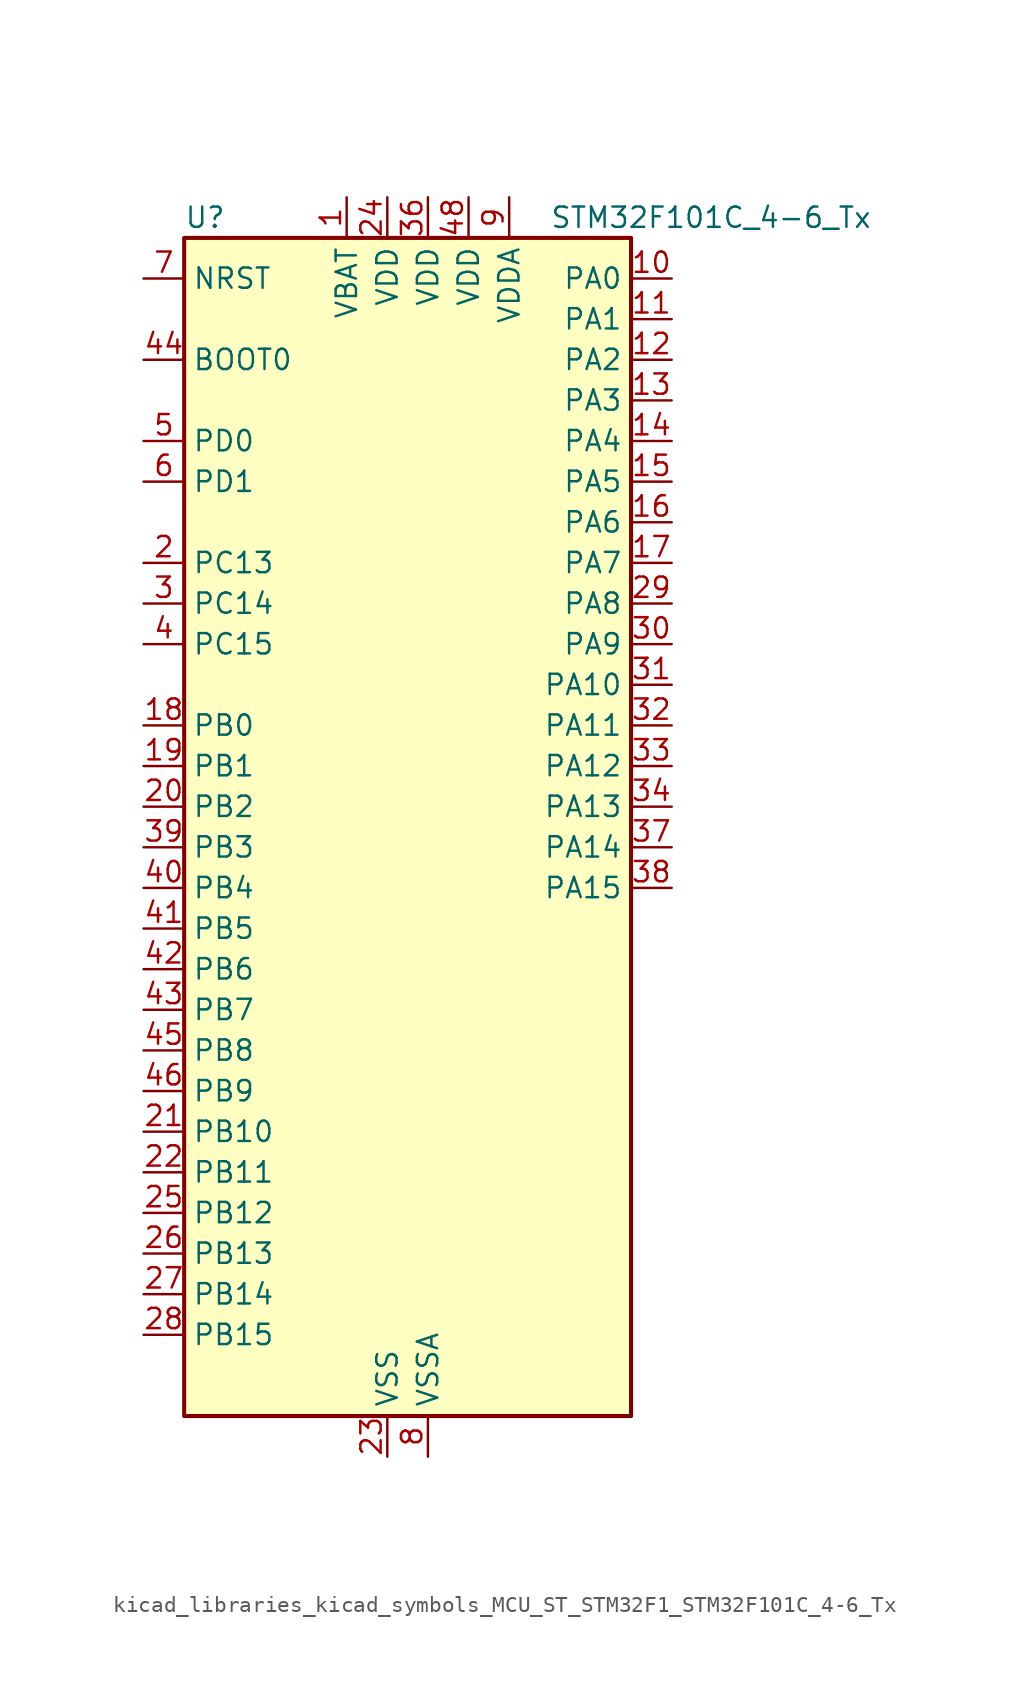
<source format=kicad_sym>
(kicad_symbol_lib
  (version 20220914)
  (generator kicad_symbol_editor)
  (symbol "kicad_libraries_kicad_symbols_MCU_ST_STM32F1_STM32F101C_4-6_Tx"
    (property "Reference" "U"
      (at -12.7 39.37 0)
      (effects (font (size 1.27 1.27)) (justify left)))
    (property "Value" "STM32F101C_4-6_Tx"
      (at 10.16 39.37 0)
      (effects (font (size 1.27 1.27)) (justify left)))
    (property "ki_locked" ""
      (at 0 0 0)
      (effects (font (size 1.27 1.27))))
    (symbol "kicad_libraries_kicad_symbols_MCU_ST_STM32F1_STM32F101C_4-6_Tx_0_1"
      (rectangle (start -12.7 -35.56) (end 15.24 38.1) (stroke (width 0.254) (type default)) (fill (type background))))
    (symbol "kicad_libraries_kicad_symbols_MCU_ST_STM32F1_STM32F101C_4-6_Tx_1_1"
      (pin power_in line (at -2.54 40.64 270) (length 2.54) (name "VBAT" (effects (font (size 1.27 1.27)))) (number "1" (effects (font (size 1.27 1.27)))))
      (pin bidirectional line (at 17.78 35.56 180) (length 2.54) (name "PA0" (effects (font (size 1.27 1.27)))) (number "10" (effects (font (size 1.27 1.27)))) (alternate "ADC1_IN0" bidirectional line) (alternate "SYS_WKUP" bidirectional line) (alternate "TIM2_CH1" bidirectional line) (alternate "TIM2_ETR" bidirectional line) (alternate "USART2_CTS" bidirectional line))
      (pin bidirectional line (at 17.78 33.02 180) (length 2.54) (name "PA1" (effects (font (size 1.27 1.27)))) (number "11" (effects (font (size 1.27 1.27)))) (alternate "ADC1_IN1" bidirectional line) (alternate "TIM2_CH2" bidirectional line) (alternate "USART2_RTS" bidirectional line))
      (pin bidirectional line (at 17.78 30.48 180) (length 2.54) (name "PA2" (effects (font (size 1.27 1.27)))) (number "12" (effects (font (size 1.27 1.27)))) (alternate "ADC1_IN2" bidirectional line) (alternate "TIM2_CH3" bidirectional line) (alternate "USART2_TX" bidirectional line))
      (pin bidirectional line (at 17.78 27.94 180) (length 2.54) (name "PA3" (effects (font (size 1.27 1.27)))) (number "13" (effects (font (size 1.27 1.27)))) (alternate "ADC1_IN3" bidirectional line) (alternate "TIM2_CH4" bidirectional line) (alternate "USART2_RX" bidirectional line))
      (pin bidirectional line (at 17.78 25.4 180) (length 2.54) (name "PA4" (effects (font (size 1.27 1.27)))) (number "14" (effects (font (size 1.27 1.27)))) (alternate "ADC1_IN4" bidirectional line) (alternate "SPI1_NSS" bidirectional line) (alternate "USART2_CK" bidirectional line))
      (pin bidirectional line (at 17.78 22.86 180) (length 2.54) (name "PA5" (effects (font (size 1.27 1.27)))) (number "15" (effects (font (size 1.27 1.27)))) (alternate "ADC1_IN5" bidirectional line) (alternate "SPI1_SCK" bidirectional line))
      (pin bidirectional line (at 17.78 20.32 180) (length 2.54) (name "PA6" (effects (font (size 1.27 1.27)))) (number "16" (effects (font (size 1.27 1.27)))) (alternate "ADC1_IN6" bidirectional line) (alternate "SPI1_MISO" bidirectional line) (alternate "TIM3_CH1" bidirectional line))
      (pin bidirectional line (at 17.78 17.78 180) (length 2.54) (name "PA7" (effects (font (size 1.27 1.27)))) (number "17" (effects (font (size 1.27 1.27)))) (alternate "ADC1_IN7" bidirectional line) (alternate "SPI1_MOSI" bidirectional line) (alternate "TIM3_CH2" bidirectional line))
      (pin bidirectional line (at -15.24 7.62 0) (length 2.54) (name "PB0" (effects (font (size 1.27 1.27)))) (number "18" (effects (font (size 1.27 1.27)))) (alternate "ADC1_IN8" bidirectional line) (alternate "TIM3_CH3" bidirectional line))
      (pin bidirectional line (at -15.24 5.08 0) (length 2.54) (name "PB1" (effects (font (size 1.27 1.27)))) (number "19" (effects (font (size 1.27 1.27)))) (alternate "ADC1_IN9" bidirectional line) (alternate "TIM3_CH4" bidirectional line))
      (pin bidirectional line (at -15.24 17.78 0) (length 2.54) (name "PC13" (effects (font (size 1.27 1.27)))) (number "2" (effects (font (size 1.27 1.27)))) (alternate "RTC_OUT" bidirectional line) (alternate "RTC_TAMPER" bidirectional line))
      (pin bidirectional line (at -15.24 2.54 0) (length 2.54) (name "PB2" (effects (font (size 1.27 1.27)))) (number "20" (effects (font (size 1.27 1.27)))))
      (pin bidirectional line (at -15.24 -17.78 0) (length 2.54) (name "PB10" (effects (font (size 1.27 1.27)))) (number "21" (effects (font (size 1.27 1.27)))) (alternate "TIM2_CH3" bidirectional line))
      (pin bidirectional line (at -15.24 -20.32 0) (length 2.54) (name "PB11" (effects (font (size 1.27 1.27)))) (number "22" (effects (font (size 1.27 1.27)))) (alternate "ADC1_EXTI11" bidirectional line) (alternate "TIM2_CH4" bidirectional line))
      (pin power_in line (at 0 -38.1 90) (length 2.54) (name "VSS" (effects (font (size 1.27 1.27)))) (number "23" (effects (font (size 1.27 1.27)))))
      (pin power_in line (at 0 40.64 270) (length 2.54) (name "VDD" (effects (font (size 1.27 1.27)))) (number "24" (effects (font (size 1.27 1.27)))))
      (pin bidirectional line (at -15.24 -22.86 0) (length 2.54) (name "PB12" (effects (font (size 1.27 1.27)))) (number "25" (effects (font (size 1.27 1.27)))))
      (pin bidirectional line (at -15.24 -25.4 0) (length 2.54) (name "PB13" (effects (font (size 1.27 1.27)))) (number "26" (effects (font (size 1.27 1.27)))))
      (pin bidirectional line (at -15.24 -27.94 0) (length 2.54) (name "PB14" (effects (font (size 1.27 1.27)))) (number "27" (effects (font (size 1.27 1.27)))))
      (pin bidirectional line (at -15.24 -30.48 0) (length 2.54) (name "PB15" (effects (font (size 1.27 1.27)))) (number "28" (effects (font (size 1.27 1.27)))) (alternate "ADC1_EXTI15" bidirectional line))
      (pin bidirectional line (at 17.78 15.24 180) (length 2.54) (name "PA8" (effects (font (size 1.27 1.27)))) (number "29" (effects (font (size 1.27 1.27)))) (alternate "RCC_MCO" bidirectional line) (alternate "USART1_CK" bidirectional line))
      (pin bidirectional line (at -15.24 15.24 0) (length 2.54) (name "PC14" (effects (font (size 1.27 1.27)))) (number "3" (effects (font (size 1.27 1.27)))) (alternate "RCC_OSC32_IN" bidirectional line))
      (pin bidirectional line (at 17.78 12.7 180) (length 2.54) (name "PA9" (effects (font (size 1.27 1.27)))) (number "30" (effects (font (size 1.27 1.27)))) (alternate "USART1_TX" bidirectional line))
      (pin bidirectional line (at 17.78 10.16 180) (length 2.54) (name "PA10" (effects (font (size 1.27 1.27)))) (number "31" (effects (font (size 1.27 1.27)))) (alternate "USART1_RX" bidirectional line))
      (pin bidirectional line (at 17.78 7.62 180) (length 2.54) (name "PA11" (effects (font (size 1.27 1.27)))) (number "32" (effects (font (size 1.27 1.27)))) (alternate "ADC1_EXTI11" bidirectional line) (alternate "USART1_CTS" bidirectional line))
      (pin bidirectional line (at 17.78 5.08 180) (length 2.54) (name "PA12" (effects (font (size 1.27 1.27)))) (number "33" (effects (font (size 1.27 1.27)))) (alternate "USART1_RTS" bidirectional line))
      (pin bidirectional line (at 17.78 2.54 180) (length 2.54) (name "PA13" (effects (font (size 1.27 1.27)))) (number "34" (effects (font (size 1.27 1.27)))) (alternate "SYS_JTMS-SWDIO" bidirectional line))
      (pin passive line (at 0 -38.1 90) (length 2.54) hide (name "VSS" (effects (font (size 1.27 1.27)))) (number "35" (effects (font (size 1.27 1.27)))))
      (pin power_in line (at 2.54 40.64 270) (length 2.54) (name "VDD" (effects (font (size 1.27 1.27)))) (number "36" (effects (font (size 1.27 1.27)))))
      (pin bidirectional line (at 17.78 0 180) (length 2.54) (name "PA14" (effects (font (size 1.27 1.27)))) (number "37" (effects (font (size 1.27 1.27)))) (alternate "SYS_JTCK-SWCLK" bidirectional line))
      (pin bidirectional line (at 17.78 -2.54 180) (length 2.54) (name "PA15" (effects (font (size 1.27 1.27)))) (number "38" (effects (font (size 1.27 1.27)))) (alternate "ADC1_EXTI15" bidirectional line) (alternate "SPI1_NSS" bidirectional line) (alternate "SYS_JTDI" bidirectional line) (alternate "TIM2_CH1" bidirectional line) (alternate "TIM2_ETR" bidirectional line))
      (pin bidirectional line (at -15.24 0 0) (length 2.54) (name "PB3" (effects (font (size 1.27 1.27)))) (number "39" (effects (font (size 1.27 1.27)))) (alternate "SPI1_SCK" bidirectional line) (alternate "SYS_JTDO-TRACESWO" bidirectional line) (alternate "TIM2_CH2" bidirectional line))
      (pin bidirectional line (at -15.24 12.7 0) (length 2.54) (name "PC15" (effects (font (size 1.27 1.27)))) (number "4" (effects (font (size 1.27 1.27)))) (alternate "ADC1_EXTI15" bidirectional line) (alternate "RCC_OSC32_OUT" bidirectional line))
      (pin bidirectional line (at -15.24 -2.54 0) (length 2.54) (name "PB4" (effects (font (size 1.27 1.27)))) (number "40" (effects (font (size 1.27 1.27)))) (alternate "SPI1_MISO" bidirectional line) (alternate "SYS_NJTRST" bidirectional line) (alternate "TIM3_CH1" bidirectional line))
      (pin bidirectional line (at -15.24 -5.08 0) (length 2.54) (name "PB5" (effects (font (size 1.27 1.27)))) (number "41" (effects (font (size 1.27 1.27)))) (alternate "I2C1_SMBA" bidirectional line) (alternate "SPI1_MOSI" bidirectional line) (alternate "TIM3_CH2" bidirectional line))
      (pin bidirectional line (at -15.24 -7.62 0) (length 2.54) (name "PB6" (effects (font (size 1.27 1.27)))) (number "42" (effects (font (size 1.27 1.27)))) (alternate "I2C1_SCL" bidirectional line) (alternate "USART1_TX" bidirectional line))
      (pin bidirectional line (at -15.24 -10.16 0) (length 2.54) (name "PB7" (effects (font (size 1.27 1.27)))) (number "43" (effects (font (size 1.27 1.27)))) (alternate "I2C1_SDA" bidirectional line) (alternate "USART1_RX" bidirectional line))
      (pin input line (at -15.24 30.48 0) (length 2.54) (name "BOOT0" (effects (font (size 1.27 1.27)))) (number "44" (effects (font (size 1.27 1.27)))))
      (pin bidirectional line (at -15.24 -12.7 0) (length 2.54) (name "PB8" (effects (font (size 1.27 1.27)))) (number "45" (effects (font (size 1.27 1.27)))) (alternate "I2C1_SCL" bidirectional line))
      (pin bidirectional line (at -15.24 -15.24 0) (length 2.54) (name "PB9" (effects (font (size 1.27 1.27)))) (number "46" (effects (font (size 1.27 1.27)))) (alternate "I2C1_SDA" bidirectional line))
      (pin passive line (at 0 -38.1 90) (length 2.54) hide (name "VSS" (effects (font (size 1.27 1.27)))) (number "47" (effects (font (size 1.27 1.27)))))
      (pin power_in line (at 5.08 40.64 270) (length 2.54) (name "VDD" (effects (font (size 1.27 1.27)))) (number "48" (effects (font (size 1.27 1.27)))))
      (pin bidirectional line (at -15.24 25.4 0) (length 2.54) (name "PD0" (effects (font (size 1.27 1.27)))) (number "5" (effects (font (size 1.27 1.27)))) (alternate "RCC_OSC_IN" bidirectional line))
      (pin bidirectional line (at -15.24 22.86 0) (length 2.54) (name "PD1" (effects (font (size 1.27 1.27)))) (number "6" (effects (font (size 1.27 1.27)))) (alternate "RCC_OSC_OUT" bidirectional line))
      (pin input line (at -15.24 35.56 0) (length 2.54) (name "NRST" (effects (font (size 1.27 1.27)))) (number "7" (effects (font (size 1.27 1.27)))))
      (pin power_in line (at 2.54 -38.1 90) (length 2.54) (name "VSSA" (effects (font (size 1.27 1.27)))) (number "8" (effects (font (size 1.27 1.27)))))
      (pin power_in line (at 7.62 40.64 270) (length 2.54) (name "VDDA" (effects (font (size 1.27 1.27)))) (number "9" (effects (font (size 1.27 1.27))))))))
</source>
